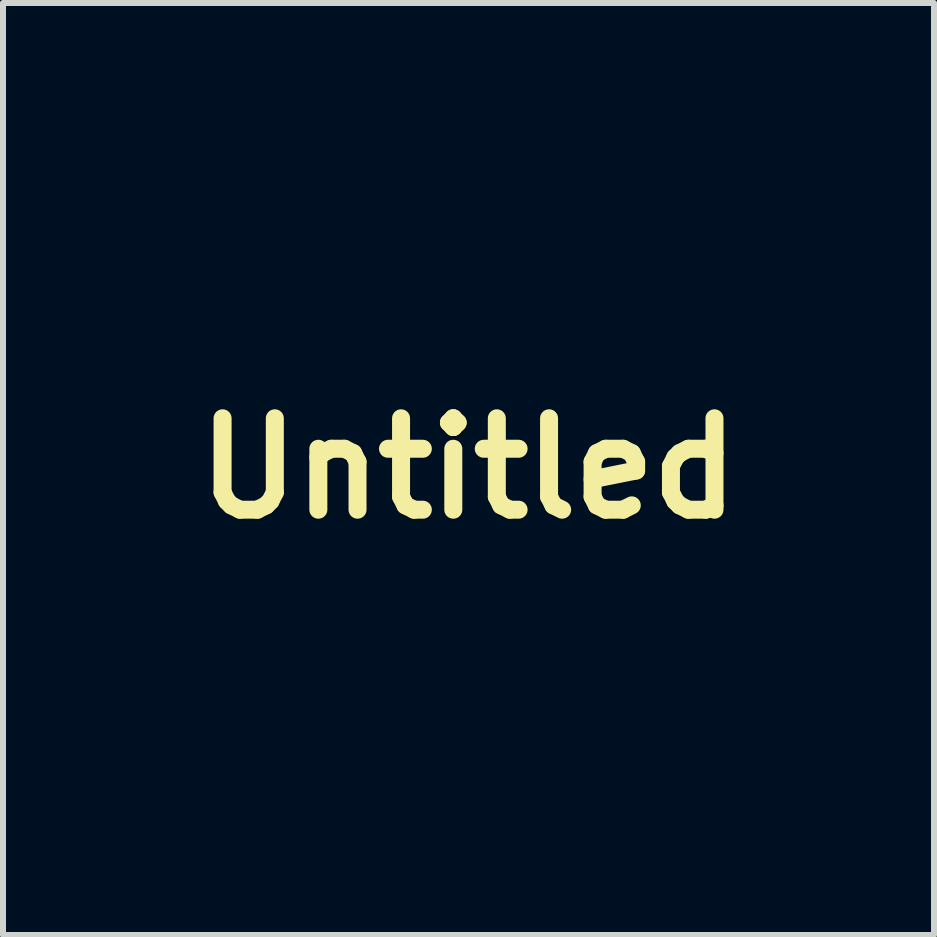
<source format=kicad_pcb>
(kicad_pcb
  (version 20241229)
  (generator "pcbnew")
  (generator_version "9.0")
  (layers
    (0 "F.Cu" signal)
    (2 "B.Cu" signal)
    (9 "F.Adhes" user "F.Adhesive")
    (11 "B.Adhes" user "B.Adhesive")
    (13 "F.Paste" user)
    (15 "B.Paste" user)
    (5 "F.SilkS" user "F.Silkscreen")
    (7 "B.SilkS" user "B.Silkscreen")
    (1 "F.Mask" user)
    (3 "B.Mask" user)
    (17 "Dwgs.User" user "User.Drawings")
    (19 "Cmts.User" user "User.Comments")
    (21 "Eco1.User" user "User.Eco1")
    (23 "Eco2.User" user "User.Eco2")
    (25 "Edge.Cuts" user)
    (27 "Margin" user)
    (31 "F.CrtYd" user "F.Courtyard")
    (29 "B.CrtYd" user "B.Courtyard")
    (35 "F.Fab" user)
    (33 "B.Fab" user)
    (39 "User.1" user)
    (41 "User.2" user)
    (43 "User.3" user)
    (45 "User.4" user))
  (footprint "Untitled"
    (layer "F.Cu")
    (at 4.761 4.758)
    (property "Reference" "Untitled" (at 0 0 0) (layer "F.SilkS") (effects (font (size 1.524 1.524) (thickness 0.3))))
    (attr through_hole)
    (fp_poly (pts (xy -2.957 1.493) (xy -2.925 1.543) (xy -2.919 1.556) (xy -2.894 1.628) (xy -2.884 1.721) (xy -2.885 1.813) (xy -2.892 1.91) (xy -2.904 1.97) (xy -2.925 2.007) (xy -2.947 2.026) (xy -3.001 2.064) (xy -3.001 1.768) (xy -2.999 1.653) (xy -2.995 1.558) (xy -2.988 1.495) (xy -2.981 1.473) (xy -2.957 1.493)) (stroke (width 0.01) (type solid)) (fill no) (layer "Eco2.User"))
    (fp_poly (pts (xy 2.996 2.89) (xy 2.999 3.005) (xy 2.998 3.125) (xy 2.996 3.187) (xy 2.991 3.264) (xy 2.982 3.3) (xy 2.966 3.303) (xy 2.946 3.29) (xy 2.917 3.245) (xy 2.897 3.161) (xy 2.889 3.096) (xy 2.884 2.999) (xy 2.89 2.931) (xy 2.912 2.871) (xy 2.932 2.832) (xy 2.989 2.731) (xy 2.996 2.89)) (stroke (width 0.01) (type solid)) (fill no) (layer "Eco2.User"))
    (fp_poly (pts (xy 3 1.759) (xy 3 1.875) (xy 2.999 1.97) (xy 2.997 2.034) (xy 2.994 2.057) (xy 2.972 2.045) (xy 2.934 2.018) (xy 2.906 1.991) (xy 2.89 1.953) (xy 2.883 1.891) (xy 2.881 1.796) (xy 2.884 1.693) (xy 2.893 1.625) (xy 2.915 1.574) (xy 2.94 1.537) (xy 2.999 1.46) (xy 3 1.759)) (stroke (width 0.01) (type solid)) (fill no) (layer "Eco2.User"))
    (fp_poly (pts (xy 2.99 -1.043) (xy 2.996 -0.979) (xy 3 -0.884) (xy 3.001 -0.787) (xy 2.999 -0.675) (xy 2.994 -0.584) (xy 2.987 -0.525) (xy 2.98 -0.508) (xy 2.949 -0.525) (xy 2.927 -0.548) (xy 2.9 -0.612) (xy 2.886 -0.707) (xy 2.885 -0.814) (xy 2.898 -0.913) (xy 2.919 -0.979) (xy 2.952 -1.035) (xy 2.978 -1.065) (xy 2.982 -1.067) (xy 2.99 -1.043)) (stroke (width 0.01) (type solid)) (fill no) (layer "Eco2.User"))
    (fp_poly (pts (xy -2.973 2.763) (xy -2.941 2.812) (xy -2.928 2.834) (xy -2.898 2.893) (xy -2.885 2.95) (xy -2.884 3.026) (xy -2.889 3.093) (xy -2.905 3.204) (xy -2.93 3.271) (xy -2.968 3.3) (xy -2.983 3.302) (xy -2.99 3.278) (xy -2.996 3.214) (xy -3 3.12) (xy -3.001 3.023) (xy -3 2.91) (xy -2.998 2.82) (xy -2.994 2.761) (xy -2.991 2.743) (xy -2.973 2.763)) (stroke (width 0.01) (type solid)) (fill no) (layer "Eco2.User"))
    (fp_poly (pts (xy -2.957 -1.047) (xy -2.925 -0.996) (xy -2.917 -0.982) (xy -2.893 -0.919) (xy -2.883 -0.846) (xy -2.885 -0.746) (xy -2.887 -0.724) (xy -2.901 -0.612) (xy -2.925 -0.543) (xy -2.962 -0.512) (xy -2.983 -0.508) (xy -2.99 -0.532) (xy -2.996 -0.596) (xy -3 -0.69) (xy -3.001 -0.787) (xy -2.999 -0.9) (xy -2.995 -0.99) (xy -2.988 -1.049) (xy -2.981 -1.067) (xy -2.957 -1.047)) (stroke (width 0.01) (type solid)) (fill no) (layer "Eco2.User"))
    (fp_poly (pts (xy 2.988 -2.313) (xy 2.995 -2.245) (xy 3 -2.142) (xy 3.001 -2.045) (xy 3 -1.93) (xy 2.999 -1.836) (xy 2.997 -1.775) (xy 2.995 -1.754) (xy 2.973 -1.768) (xy 2.935 -1.795) (xy 2.906 -1.823) (xy 2.889 -1.862) (xy 2.882 -1.925) (xy 2.881 -2.011) (xy 2.888 -2.127) (xy 2.907 -2.227) (xy 2.935 -2.3) (xy 2.968 -2.335) (xy 2.978 -2.337) (xy 2.988 -2.313)) (stroke (width 0.01) (type solid)) (fill no) (layer "Eco2.User"))
    (fp_poly (pts (xy 2.988 0.227) (xy 2.995 0.295) (xy 3 0.398) (xy 3.001 0.495) (xy 3 0.61) (xy 2.999 0.704) (xy 2.996 0.766) (xy 2.993 0.787) (xy 2.973 0.772) (xy 2.933 0.736) (xy 2.904 0.697) (xy 2.888 0.647) (xy 2.881 0.568) (xy 2.881 0.518) (xy 2.888 0.408) (xy 2.907 0.311) (xy 2.935 0.24) (xy 2.969 0.205) (xy 2.978 0.203) (xy 2.988 0.227)) (stroke (width 0.01) (type solid)) (fill no) (layer "Eco2.User"))
    (fp_poly (pts (xy -2.944 -2.313) (xy -2.914 -2.251) (xy -2.892 -2.161) (xy -2.882 -2.055) (xy -2.881 -2.027) (xy -2.883 -1.929) (xy -2.893 -1.867) (xy -2.914 -1.825) (xy -2.952 -1.787) (xy -2.959 -1.781) (xy -2.977 -1.769) (xy -2.989 -1.775) (xy -2.996 -1.804) (xy -3 -1.865) (xy -3.001 -1.965) (xy -3.001 -2.042) (xy -2.999 -2.168) (xy -2.994 -2.264) (xy -2.985 -2.322) (xy -2.978 -2.337) (xy -2.944 -2.313)) (stroke (width 0.01) (type solid)) (fill no) (layer "Eco2.User"))
    (fp_poly (pts (xy -2.944 0.227) (xy -2.914 0.289) (xy -2.892 0.379) (xy -2.882 0.485) (xy -2.881 0.513) (xy -2.883 0.611) (xy -2.893 0.673) (xy -2.914 0.715) (xy -2.952 0.753) (xy -2.959 0.759) (xy -2.977 0.771) (xy -2.989 0.765) (xy -2.996 0.736) (xy -3 0.675) (xy -3.001 0.575) (xy -3.001 0.498) (xy -2.999 0.372) (xy -2.994 0.276) (xy -2.985 0.218) (xy -2.978 0.203) (xy -2.944 0.227)) (stroke (width 0.01) (type solid)) (fill no) (layer "Eco2.User"))
    (fp_poly (pts (xy -2.527 -4.745) (xy -2.053 -4.737) (xy -1.777 -4.593) (xy -1.486 -4.43) (xy -1.232 -4.263) (xy -1.016 -4.093) (xy -0.843 -3.923) (xy -0.765 -3.829) (xy -0.672 -3.704) (xy -0.672 -3.314) (xy -0.673 -3.159) (xy -0.676 -3.047) (xy -0.682 -2.971) (xy -0.691 -2.922) (xy -0.704 -2.892) (xy -0.71 -2.885) (xy -0.735 -2.867) (xy -0.779 -2.856) (xy -0.848 -2.849) (xy -0.952 -2.845) (xy -1.054 -2.845) (xy -1.181 -2.845) (xy -1.269 -2.848) (xy -1.328 -2.854) (xy -1.366 -2.866) (xy -1.393 -2.884) (xy -1.412 -2.904) (xy -1.449 -2.958) (xy -1.464 -3.004) (xy -1.478 -3.08) (xy -1.516 -3.182) (xy -1.572 -3.3) (xy -1.641 -3.419) (xy -1.685 -3.486) (xy -1.862 -3.698) (xy -2.079 -3.883) (xy -2.33 -4.04) (xy -2.452 -4.099) (xy -2.57 -4.149) (xy -2.684 -4.194) (xy -2.78 -4.227) (xy -2.838 -4.243) (xy -2.911 -4.259) (xy -2.964 -4.275) (xy -2.979 -4.281) (xy -2.989 -4.311) (xy -2.996 -4.38) (xy -3 -4.475) (xy -3.001 -4.524) (xy -3.001 -4.753) (xy -2.527 -4.745)) (stroke (width 0.01) (type solid)) (fill no) (layer "Eco2.User"))
    (fp_poly (pts (xy 2.996 -4.517) (xy 2.989 -4.281) (xy 2.821 -4.235) (xy 2.714 -4.202) (xy 2.606 -4.162) (xy 2.533 -4.13) (xy 2.445 -4.09) (xy 2.358 -4.053) (xy 2.323 -4.04) (xy 2.218 -3.989) (xy 2.096 -3.903) (xy 1.967 -3.794) (xy 1.84 -3.668) (xy 1.726 -3.536) (xy 1.633 -3.407) (xy 1.629 -3.401) (xy 1.564 -3.284) (xy 1.511 -3.169) (xy 1.476 -3.069) (xy 1.464 -3.001) (xy 1.448 -2.953) (xy 1.408 -2.899) (xy 1.403 -2.895) (xy 1.37 -2.866) (xy 1.332 -2.848) (xy 1.277 -2.837) (xy 1.195 -2.832) (xy 1.109 -2.829) (xy 0.998 -2.829) (xy 0.897 -2.83) (xy 0.82 -2.834) (xy 0.797 -2.837) (xy 0.753 -2.848) (xy 0.72 -2.873) (xy 0.697 -2.917) (xy 0.683 -2.989) (xy 0.675 -3.094) (xy 0.672 -3.24) (xy 0.672 -3.322) (xy 0.672 -3.67) (xy 0.756 -3.798) (xy 0.857 -3.927) (xy 0.999 -4.066) (xy 1.172 -4.21) (xy 1.372 -4.353) (xy 1.592 -4.491) (xy 1.777 -4.593) (xy 2.053 -4.737) (xy 2.528 -4.745) (xy 3.003 -4.753) (xy 2.996 -4.517)) (stroke (width 0.01) (type solid)) (fill no) (layer "Eco2.User"))
    (fp_poly (pts (xy -2.951 -3.598) (xy -2.88 -3.575) (xy -2.788 -3.543) (xy -2.687 -3.505) (xy -2.59 -3.467) (xy -2.508 -3.432) (xy -2.461 -3.41) (xy -2.318 -3.321) (xy -2.18 -3.214) (xy -2.055 -3.097) (xy -1.952 -2.978) (xy -1.878 -2.864) (xy -1.845 -2.783) (xy -1.816 -2.709) (xy -1.76 -2.609) (xy -1.688 -2.495) (xy -1.605 -2.378) (xy -1.52 -2.27) (xy -1.453 -2.195) (xy -1.365 -2.115) (xy -1.255 -2.033) (xy -1.135 -1.954) (xy -1.015 -1.886) (xy -0.905 -1.835) (xy -0.817 -1.807) (xy -0.786 -1.803) (xy -0.69 -1.784) (xy -0.585 -1.733) (xy -0.489 -1.661) (xy -0.431 -1.594) (xy -0.403 -1.553) (xy -0.379 -1.515) (xy -0.358 -1.476) (xy -0.341 -1.432) (xy -0.327 -1.379) (xy -0.316 -1.314) (xy -0.307 -1.232) (xy -0.3 -1.129) (xy -0.296 -1.002) (xy -0.293 -0.846) (xy -0.291 -0.658) (xy -0.291 -0.433) (xy -0.291 -0.169) (xy -0.292 0.14) (xy -0.293 0.383) (xy -0.3 2.019) (xy -0.36 2.144) (xy -0.414 2.234) (xy -0.483 2.318) (xy -0.514 2.347) (xy -0.634 2.453) (xy -0.749 2.566) (xy -0.852 2.675) (xy -0.932 2.772) (xy -0.978 2.839) (xy -1.062 3.036) (xy -1.114 3.255) (xy -1.128 3.44) (xy -1.131 3.554) (xy -1.137 3.666) (xy -1.144 3.745) (xy -1.159 3.865) (xy -2.218 4.775) (xy -3.001 4.775) (xy -3.001 3.937) (xy -2.911 3.935) (xy -2.773 3.928) (xy -2.665 3.913) (xy -2.57 3.886) (xy -2.469 3.843) (xy -2.436 3.827) (xy -2.331 3.766) (xy -2.224 3.691) (xy -2.139 3.619) (xy -2.137 3.618) (xy -2.017 3.498) (xy -2.017 -1.867) (xy -2.075 -1.999) (xy -2.12 -2.09) (xy -2.179 -2.198) (xy -2.236 -2.291) (xy -2.294 -2.383) (xy -2.35 -2.471) (xy -2.391 -2.536) (xy -2.391 -2.537) (xy -2.534 -2.721) (xy -2.708 -2.869) (xy -2.826 -2.939) (xy -3.001 -3.027) (xy -3.001 -3.317) (xy -3 -3.431) (xy -2.998 -3.524) (xy -2.994 -3.586) (xy -2.99 -3.607) (xy -2.951 -3.598)) (stroke (width 0.01) (type solid)) (fill no) (layer "Eco2.User"))
    (fp_poly (pts (xy 2.99 -3.581) (xy 2.997 -3.537) (xy 3 -3.46) (xy 3.001 -3.34) (xy 3.001 -3.319) (xy 3.001 -3.027) (xy 2.824 -2.938) (xy 2.713 -2.875) (xy 2.621 -2.804) (xy 2.53 -2.708) (xy 2.506 -2.68) (xy 2.435 -2.591) (xy 2.372 -2.503) (xy 2.327 -2.432) (xy 2.319 -2.418) (xy 2.273 -2.334) (xy 2.219 -2.255) (xy 2.214 -2.248) (xy 2.171 -2.183) (xy 2.121 -2.094) (xy 2.085 -2.019) (xy 2.017 -1.867) (xy 2.017 3.5) (xy 2.143 3.621) (xy 2.231 3.695) (xy 2.34 3.77) (xy 2.442 3.829) (xy 2.545 3.876) (xy 2.638 3.907) (xy 2.74 3.925) (xy 2.868 3.933) (xy 2.911 3.935) (xy 3.001 3.937) (xy 3.001 4.775) (xy 2.22 4.775) (xy 1.728 4.355) (xy 1.594 4.239) (xy 1.471 4.132) (xy 1.363 4.038) (xy 1.278 3.961) (xy 1.219 3.907) (xy 1.194 3.882) (xy 1.172 3.842) (xy 1.159 3.783) (xy 1.153 3.692) (xy 1.152 3.61) (xy 1.141 3.377) (xy 1.108 3.172) (xy 1.047 2.988) (xy 0.956 2.818) (xy 0.829 2.652) (xy 0.664 2.483) (xy 0.529 2.365) (xy 0.441 2.269) (xy 0.372 2.155) (xy 0.37 2.149) (xy 0.313 2.019) (xy 0.312 0.34) (xy 0.312 -0.003) (xy 0.312 -0.299) (xy 0.313 -0.551) (xy 0.314 -0.764) (xy 0.316 -0.942) (xy 0.32 -1.088) (xy 0.325 -1.206) (xy 0.332 -1.301) (xy 0.341 -1.375) (xy 0.353 -1.433) (xy 0.367 -1.478) (xy 0.385 -1.515) (xy 0.406 -1.547) (xy 0.431 -1.579) (xy 0.459 -1.613) (xy 0.462 -1.616) (xy 0.555 -1.703) (xy 0.664 -1.768) (xy 0.772 -1.801) (xy 0.802 -1.803) (xy 0.874 -1.818) (xy 0.973 -1.858) (xy 1.087 -1.917) (xy 1.204 -1.988) (xy 1.314 -2.066) (xy 1.356 -2.101) (xy 1.495 -2.239) (xy 1.631 -2.409) (xy 1.751 -2.593) (xy 1.829 -2.743) (xy 1.935 -2.94) (xy 2.064 -3.105) (xy 2.204 -3.234) (xy 2.405 -3.374) (xy 2.624 -3.486) (xy 2.843 -3.562) (xy 2.861 -3.566) (xy 2.924 -3.583) (xy 2.963 -3.597) (xy 2.979 -3.598) (xy 2.99 -3.581)) (stroke (width 0.01) (type solid)) (fill no) (layer "Eco2.User")))
  (gr_rect
    (start -3 -3)
    (end 12.521 12.538)
    (stroke (width 0.1) (type default))
    (fill no)
    (layer "Edge.Cuts")))
</source>
